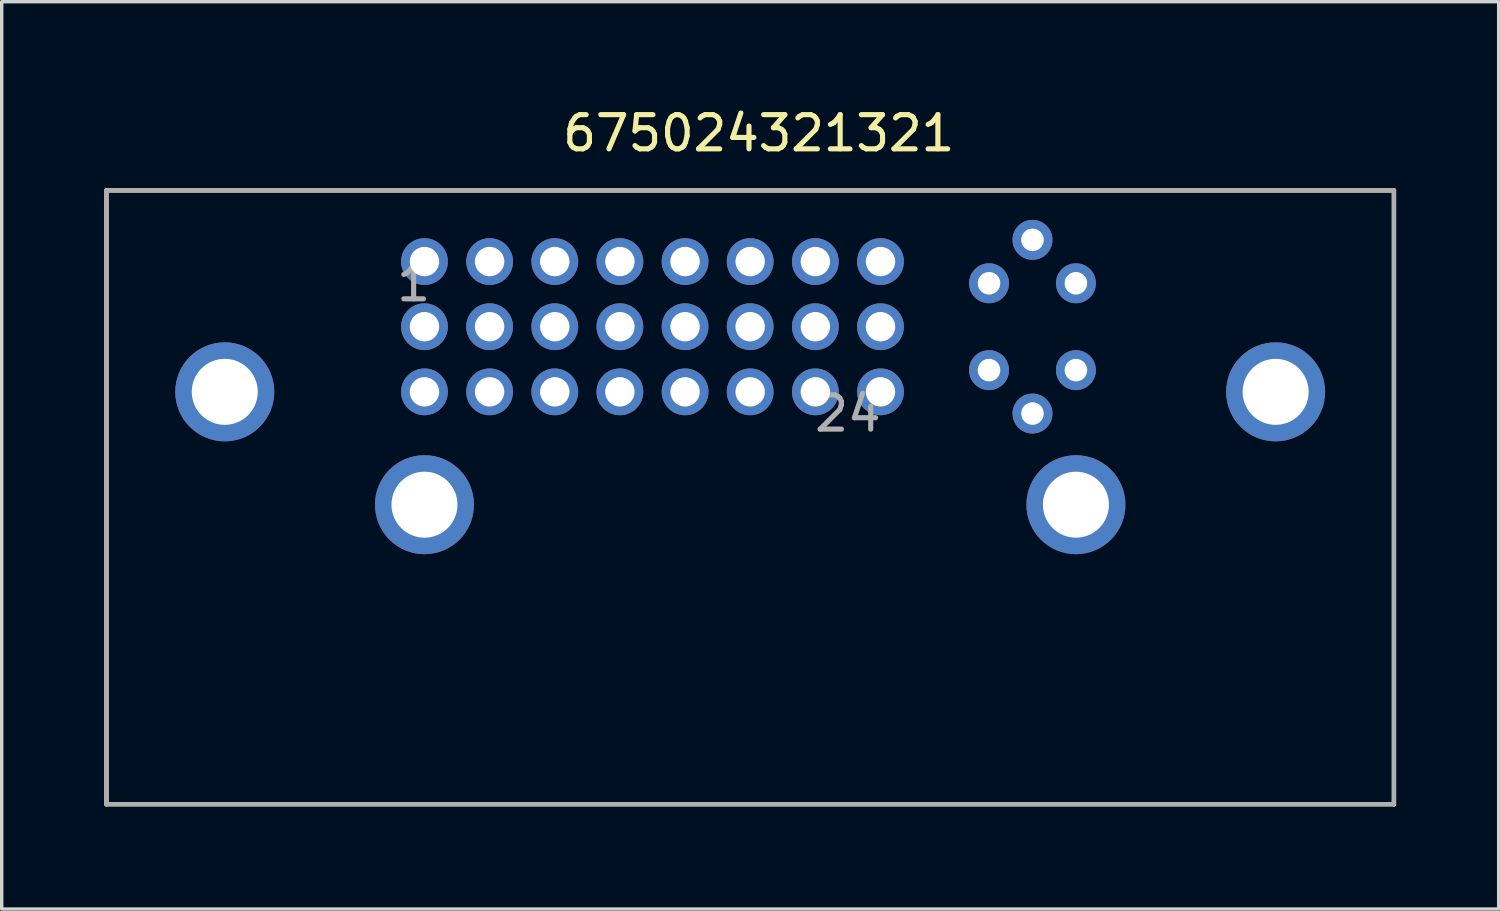
<source format=kicad_pcb>
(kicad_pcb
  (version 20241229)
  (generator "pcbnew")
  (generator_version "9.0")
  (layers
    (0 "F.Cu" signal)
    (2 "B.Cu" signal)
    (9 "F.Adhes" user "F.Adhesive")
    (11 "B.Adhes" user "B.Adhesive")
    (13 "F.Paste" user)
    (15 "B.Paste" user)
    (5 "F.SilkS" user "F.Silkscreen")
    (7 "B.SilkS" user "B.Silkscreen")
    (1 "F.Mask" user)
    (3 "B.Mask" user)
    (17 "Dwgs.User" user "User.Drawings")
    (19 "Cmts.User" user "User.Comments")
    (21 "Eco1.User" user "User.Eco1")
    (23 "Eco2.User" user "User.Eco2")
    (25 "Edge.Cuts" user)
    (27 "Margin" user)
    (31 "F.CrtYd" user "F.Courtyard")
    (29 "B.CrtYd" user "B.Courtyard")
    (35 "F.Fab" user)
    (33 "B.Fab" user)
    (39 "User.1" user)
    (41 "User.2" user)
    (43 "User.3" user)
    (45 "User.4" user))
  (footprint "675024321321"
    (layer "F.Cu")
    (at 16.031 6.504)
    (property "Reference" "675024321321" (at 3.108 -5.656 0) (layer "F.SilkS") (effects (font (size 1 1) (thickness 0.15))))
    (attr through_hole)
    (fp_line (start -15.967 -3.985) (end -15.967 13.965) (stroke (width 0.127) (type solid)) (layer "F.SilkS"))
    (fp_line (start -15.967 13.965) (end 21.683 13.965) (stroke (width 0.127) (type solid)) (layer "F.SilkS"))
    (fp_line (start 21.683 -3.985) (end -15.967 -3.985) (stroke (width 0.127) (type solid)) (layer "F.SilkS"))
    (fp_line (start 21.683 13.965) (end 21.683 -3.985) (stroke (width 0.127) (type solid)) (layer "F.SilkS"))
    (fp_line (start -15.967 -3.985) (end -15.967 13.965) (stroke (width 0.127) (type solid)) (layer "F.Fab"))
    (fp_line (start -15.967 13.965) (end 21.683 13.965) (stroke (width 0.127) (type solid)) (layer "F.Fab"))
    (fp_line (start 21.683 -3.985) (end -15.967 -3.985) (stroke (width 0.127) (type solid)) (layer "F.Fab"))
    (fp_line (start 21.683 13.965) (end 21.683 -3.985) (stroke (width 0.127) (type solid)) (layer "F.Fab"))
    (fp_text user "24" (at 5.715 2.54 0) (layer "F.Fab") (effects (font (size 1 1) (thickness 0.15))))
    (fp_text user "1" (at -6.985 -1.27 0) (layer "F.Fab") (effects (font (size 1 1) (thickness 0.15))))
    (pad "1" thru_hole circle (at -6.668 -1.905) (size 1.368 1.368) (drill 0.86) (layers "*.Cu" "*.Mask"))
    (pad "2" thru_hole circle (at -4.763 -1.905) (size 1.368 1.368) (drill 0.86) (layers "*.Cu" "*.Mask"))
    (pad "3" thru_hole circle (at -2.857 -1.905) (size 1.368 1.368) (drill 0.86) (layers "*.Cu" "*.Mask"))
    (pad "4" thru_hole circle (at -0.953 -1.905) (size 1.368 1.368) (drill 0.86) (layers "*.Cu" "*.Mask"))
    (pad "5" thru_hole circle (at 0.953 -1.905) (size 1.368 1.368) (drill 0.86) (layers "*.Cu" "*.Mask"))
    (pad "6" thru_hole circle (at 2.857 -1.905) (size 1.368 1.368) (drill 0.86) (layers "*.Cu" "*.Mask"))
    (pad "7" thru_hole circle (at 4.763 -1.905) (size 1.368 1.368) (drill 0.86) (layers "*.Cu" "*.Mask"))
    (pad "8" thru_hole circle (at 6.668 -1.905) (size 1.368 1.368) (drill 0.86) (layers "*.Cu" "*.Mask"))
    (pad "9" thru_hole circle (at -6.668 0) (size 1.368 1.368) (drill 0.86) (layers "*.Cu" "*.Mask"))
    (pad "10" thru_hole circle (at -4.763 0) (size 1.368 1.368) (drill 0.86) (layers "*.Cu" "*.Mask"))
    (pad "11" thru_hole circle (at -2.857 0) (size 1.368 1.368) (drill 0.86) (layers "*.Cu" "*.Mask"))
    (pad "12" thru_hole circle (at -0.953 0) (size 1.368 1.368) (drill 0.86) (layers "*.Cu" "*.Mask"))
    (pad "13" thru_hole circle (at 0.953 0) (size 1.368 1.368) (drill 0.86) (layers "*.Cu" "*.Mask"))
    (pad "14" thru_hole circle (at 2.857 0) (size 1.368 1.368) (drill 0.86) (layers "*.Cu" "*.Mask"))
    (pad "15" thru_hole circle (at 4.763 0) (size 1.368 1.368) (drill 0.86) (layers "*.Cu" "*.Mask"))
    (pad "16" thru_hole circle (at 6.668 0) (size 1.368 1.368) (drill 0.86) (layers "*.Cu" "*.Mask"))
    (pad "17" thru_hole circle (at -6.668 1.905) (size 1.368 1.368) (drill 0.86) (layers "*.Cu" "*.Mask"))
    (pad "18" thru_hole circle (at -4.763 1.905) (size 1.368 1.368) (drill 0.86) (layers "*.Cu" "*.Mask"))
    (pad "19" thru_hole circle (at -2.857 1.905) (size 1.368 1.368) (drill 0.86) (layers "*.Cu" "*.Mask"))
    (pad "20" thru_hole circle (at -0.953 1.905) (size 1.368 1.368) (drill 0.86) (layers "*.Cu" "*.Mask"))
    (pad "21" thru_hole circle (at 0.953 1.905) (size 1.368 1.368) (drill 0.86) (layers "*.Cu" "*.Mask"))
    (pad "22" thru_hole circle (at 2.857 1.905) (size 1.368 1.368) (drill 0.86) (layers "*.Cu" "*.Mask"))
    (pad "23" thru_hole circle (at 4.763 1.905) (size 1.368 1.368) (drill 0.86) (layers "*.Cu" "*.Mask"))
    (pad "24" thru_hole circle (at 6.668 1.905) (size 1.368 1.368) (drill 0.86) (layers "*.Cu" "*.Mask"))
    (pad "C1" thru_hole circle (at 9.842 -1.27) (size 1.168 1.168) (drill 0.66) (layers "*.Cu" "*.Mask"))
    (pad "C2" thru_hole circle (at 12.383 -1.27) (size 1.168 1.168) (drill 0.66) (layers "*.Cu" "*.Mask"))
    (pad "C3" thru_hole circle (at 9.842 1.27) (size 1.168 1.168) (drill 0.66) (layers "*.Cu" "*.Mask"))
    (pad "C4" thru_hole circle (at 12.383 1.27) (size 1.168 1.168) (drill 0.66) (layers "*.Cu" "*.Mask"))
    (pad "C5" thru_hole circle (at 11.113 2.54) (size 1.168 1.168) (drill 0.66) (layers "*.Cu" "*.Mask"))
    (pad "C6" thru_hole circle (at 11.113 -2.54) (size 1.168 1.168) (drill 0.66) (layers "*.Cu" "*.Mask"))
    (pad "Z1" thru_hole circle (at -12.508 1.905) (size 2.895 2.895) (drill 1.93) (layers "*.Cu" "*.Mask"))
    (pad "Z2" thru_hole circle (at -6.668 5.205) (size 2.895 2.895) (drill 1.93) (layers "*.Cu" "*.Mask"))
    (pad "Z3" thru_hole circle (at 12.383 5.205) (size 2.895 2.895) (drill 1.93) (layers "*.Cu" "*.Mask"))
    (pad "Z4" thru_hole circle (at 18.223 1.905) (size 2.895 2.895) (drill 1.93) (layers "*.Cu" "*.Mask")))
  (gr_rect
    (start -3 -3)
    (end 40.777 23.533)
    (stroke (width 0.1) (type default))
    (fill no)
    (layer "Edge.Cuts")))
</source>
